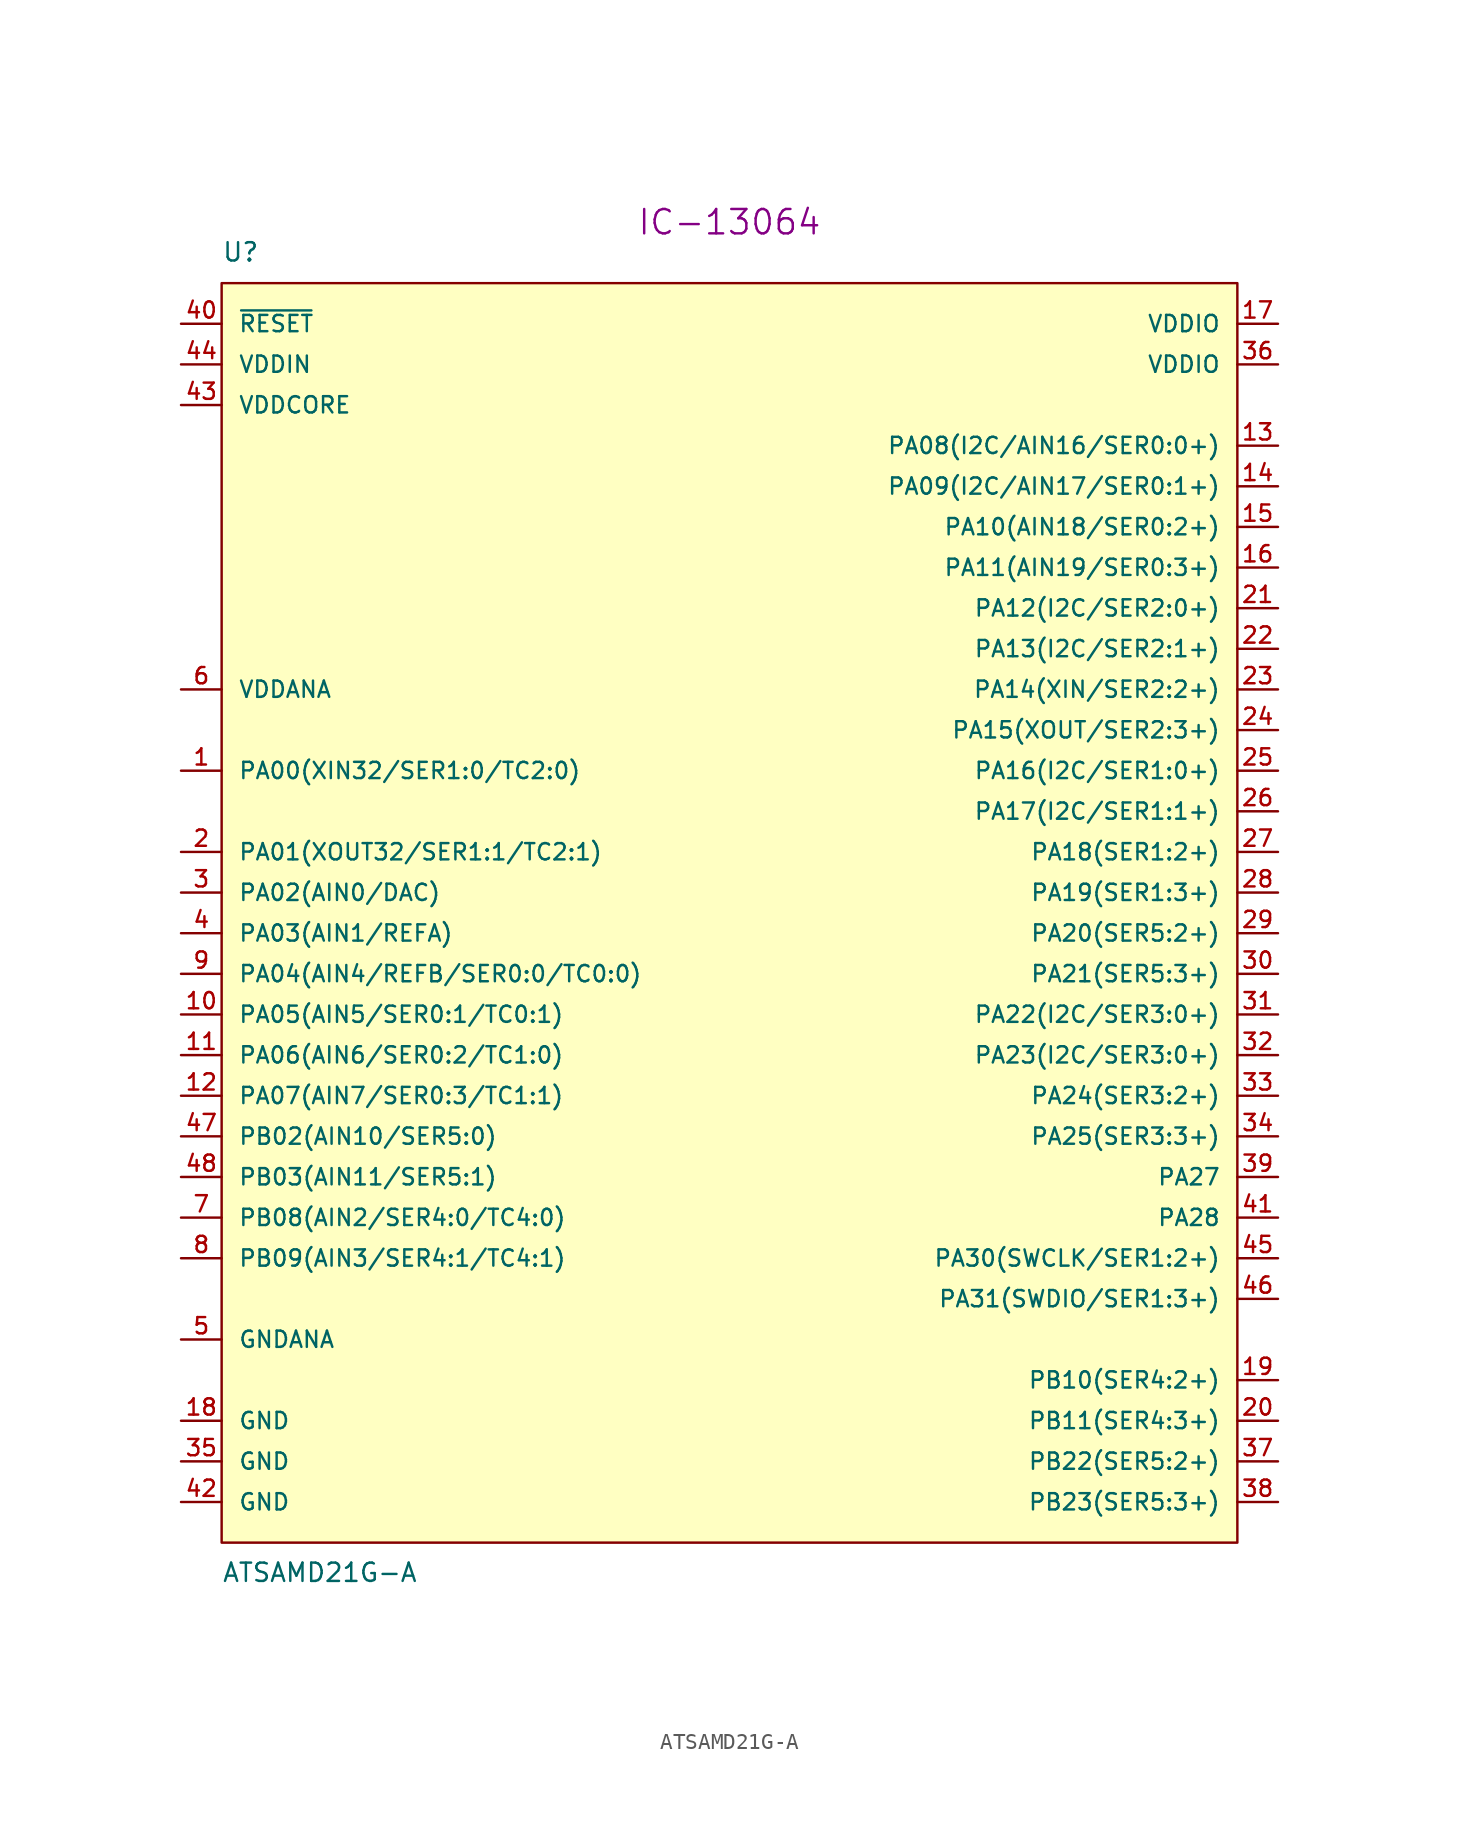
<source format=kicad_sym>
(kicad_symbol_lib
  (version 20201005)
  (generator kicad_symbol_editor)
  (symbol "ATSAMD21G-A"
    (pin_names
      (offset 1.016))
    (property "Reference" "U"
      (at -31.75 40.64 0)
      (effects (font (size 1.143 1.143)) (justify left bottom)))
    (property "Value" "ATSAMD21G-A"
      (at -31.75 -41.91 0)
      (effects (font (size 1.143 1.143)) (justify left bottom)))
    (property "Field4" "IC-13064"
      (at 0 43.18 0)
      (effects (font (size 1.524 1.524))))
    (property "ki_locked" ""
      (at 0 0 0)
      (effects (font (size 1.27 1.27))))
    (symbol "ATSAMD21G-A_1_1"
      (polyline (pts (xy -31.75 39.37) (xy -31.75 -39.37) (xy 31.75 -39.37) (xy 31.75 39.37) (xy -31.75 39.37)) (stroke (width 0)) (fill (type background)))
      (pin bidirectional line (at -34.29 8.89 0) (length 2.54) (name "PA00(XIN32/SER1:0/TC2:0)" (effects (font (size 1.016 1.016)))) (number "1" (effects (font (size 1.016 1.016)))))
      (pin bidirectional line (at -34.29 3.81 0) (length 2.54) (name "PA01(XOUT32/SER1:1/TC2:1)" (effects (font (size 1.016 1.016)))) (number "2" (effects (font (size 1.016 1.016)))))
      (pin bidirectional line (at -34.29 1.27 0) (length 2.54) (name "PA02(AIN0/DAC)" (effects (font (size 1.016 1.016)))) (number "3" (effects (font (size 1.016 1.016)))))
      (pin bidirectional line (at -34.29 -1.27 0) (length 2.54) (name "PA03(AIN1/REFA)" (effects (font (size 1.016 1.016)))) (number "4" (effects (font (size 1.016 1.016)))))
      (pin bidirectional line (at -34.29 -26.67 0) (length 2.54) (name "GNDANA" (effects (font (size 1.016 1.016)))) (number "5" (effects (font (size 1.016 1.016)))))
      (pin bidirectional line (at -34.29 13.97 0) (length 2.54) (name "VDDANA" (effects (font (size 1.016 1.016)))) (number "6" (effects (font (size 1.016 1.016)))))
      (pin bidirectional line (at -34.29 -19.05 0) (length 2.54) (name "PB08(AIN2/SER4:0/TC4:0)" (effects (font (size 1.016 1.016)))) (number "7" (effects (font (size 1.016 1.016)))))
      (pin bidirectional line (at -34.29 -21.59 0) (length 2.54) (name "PB09(AIN3/SER4:1/TC4:1)" (effects (font (size 1.016 1.016)))) (number "8" (effects (font (size 1.016 1.016)))))
      (pin bidirectional line (at -34.29 -3.81 0) (length 2.54) (name "PA04(AIN4/REFB/SER0:0/TC0:0)" (effects (font (size 1.016 1.016)))) (number "9" (effects (font (size 1.016 1.016)))))
      (pin bidirectional line (at -34.29 -6.35 0) (length 2.54) (name "PA05(AIN5/SER0:1/TC0:1)" (effects (font (size 1.016 1.016)))) (number "10" (effects (font (size 1.016 1.016)))))
      (pin bidirectional line (at 34.29 -31.75 180) (length 2.54) (name "PB11(SER4:3+)" (effects (font (size 1.016 1.016)))) (number "20" (effects (font (size 1.016 1.016)))))
      (pin bidirectional line (at 34.29 -3.81 180) (length 2.54) (name "PA21(SER5:3+)" (effects (font (size 1.016 1.016)))) (number "30" (effects (font (size 1.016 1.016)))))
      (pin bidirectional line (at -34.29 36.83 0) (length 2.54) (name "~RESET~" (effects (font (size 1.016 1.016)))) (number "40" (effects (font (size 1.016 1.016)))))
      (pin bidirectional line (at -34.29 -8.89 0) (length 2.54) (name "PA06(AIN6/SER0:2/TC1:0)" (effects (font (size 1.016 1.016)))) (number "11" (effects (font (size 1.016 1.016)))))
      (pin bidirectional line (at 34.29 19.05 180) (length 2.54) (name "PA12(I2C/SER2:0+)" (effects (font (size 1.016 1.016)))) (number "21" (effects (font (size 1.016 1.016)))))
      (pin bidirectional line (at 34.29 -6.35 180) (length 2.54) (name "PA22(I2C/SER3:0+)" (effects (font (size 1.016 1.016)))) (number "31" (effects (font (size 1.016 1.016)))))
      (pin bidirectional line (at 34.29 -19.05 180) (length 2.54) (name "PA28" (effects (font (size 1.016 1.016)))) (number "41" (effects (font (size 1.016 1.016)))))
      (pin bidirectional line (at -34.29 -11.43 0) (length 2.54) (name "PA07(AIN7/SER0:3/TC1:1)" (effects (font (size 1.016 1.016)))) (number "12" (effects (font (size 1.016 1.016)))))
      (pin bidirectional line (at 34.29 16.51 180) (length 2.54) (name "PA13(I2C/SER2:1+)" (effects (font (size 1.016 1.016)))) (number "22" (effects (font (size 1.016 1.016)))))
      (pin bidirectional line (at 34.29 -8.89 180) (length 2.54) (name "PA23(I2C/SER3:0+)" (effects (font (size 1.016 1.016)))) (number "32" (effects (font (size 1.016 1.016)))))
      (pin bidirectional line (at -34.29 -36.83 0) (length 2.54) (name "GND" (effects (font (size 1.016 1.016)))) (number "42" (effects (font (size 1.016 1.016)))))
      (pin bidirectional line (at 34.29 29.21 180) (length 2.54) (name "PA08(I2C/AIN16/SER0:0+)" (effects (font (size 1.016 1.016)))) (number "13" (effects (font (size 1.016 1.016)))))
      (pin bidirectional line (at 34.29 13.97 180) (length 2.54) (name "PA14(XIN/SER2:2+)" (effects (font (size 1.016 1.016)))) (number "23" (effects (font (size 1.016 1.016)))))
      (pin bidirectional line (at 34.29 -11.43 180) (length 2.54) (name "PA24(SER3:2+)" (effects (font (size 1.016 1.016)))) (number "33" (effects (font (size 1.016 1.016)))))
      (pin bidirectional line (at -34.29 31.75 0) (length 2.54) (name "VDDCORE" (effects (font (size 1.016 1.016)))) (number "43" (effects (font (size 1.016 1.016)))))
      (pin bidirectional line (at 34.29 26.67 180) (length 2.54) (name "PA09(I2C/AIN17/SER0:1+)" (effects (font (size 1.016 1.016)))) (number "14" (effects (font (size 1.016 1.016)))))
      (pin bidirectional line (at 34.29 11.43 180) (length 2.54) (name "PA15(XOUT/SER2:3+)" (effects (font (size 1.016 1.016)))) (number "24" (effects (font (size 1.016 1.016)))))
      (pin bidirectional line (at 34.29 -13.97 180) (length 2.54) (name "PA25(SER3:3+)" (effects (font (size 1.016 1.016)))) (number "34" (effects (font (size 1.016 1.016)))))
      (pin bidirectional line (at -34.29 34.29 0) (length 2.54) (name "VDDIN" (effects (font (size 1.016 1.016)))) (number "44" (effects (font (size 1.016 1.016)))))
      (pin bidirectional line (at 34.29 24.13 180) (length 2.54) (name "PA10(AIN18/SER0:2+)" (effects (font (size 1.016 1.016)))) (number "15" (effects (font (size 1.016 1.016)))))
      (pin bidirectional line (at 34.29 8.89 180) (length 2.54) (name "PA16(I2C/SER1:0+)" (effects (font (size 1.016 1.016)))) (number "25" (effects (font (size 1.016 1.016)))))
      (pin bidirectional line (at -34.29 -34.29 0) (length 2.54) (name "GND" (effects (font (size 1.016 1.016)))) (number "35" (effects (font (size 1.016 1.016)))))
      (pin bidirectional line (at 34.29 -21.59 180) (length 2.54) (name "PA30(SWCLK/SER1:2+)" (effects (font (size 1.016 1.016)))) (number "45" (effects (font (size 1.016 1.016)))))
      (pin bidirectional line (at 34.29 21.59 180) (length 2.54) (name "PA11(AIN19/SER0:3+)" (effects (font (size 1.016 1.016)))) (number "16" (effects (font (size 1.016 1.016)))))
      (pin bidirectional line (at 34.29 6.35 180) (length 2.54) (name "PA17(I2C/SER1:1+)" (effects (font (size 1.016 1.016)))) (number "26" (effects (font (size 1.016 1.016)))))
      (pin bidirectional line (at 34.29 34.29 180) (length 2.54) (name "VDDIO" (effects (font (size 1.016 1.016)))) (number "36" (effects (font (size 1.016 1.016)))))
      (pin bidirectional line (at 34.29 -24.13 180) (length 2.54) (name "PA31(SWDIO/SER1:3+)" (effects (font (size 1.016 1.016)))) (number "46" (effects (font (size 1.016 1.016)))))
      (pin bidirectional line (at 34.29 36.83 180) (length 2.54) (name "VDDIO" (effects (font (size 1.016 1.016)))) (number "17" (effects (font (size 1.016 1.016)))))
      (pin bidirectional line (at 34.29 3.81 180) (length 2.54) (name "PA18(SER1:2+)" (effects (font (size 1.016 1.016)))) (number "27" (effects (font (size 1.016 1.016)))))
      (pin bidirectional line (at 34.29 -34.29 180) (length 2.54) (name "PB22(SER5:2+)" (effects (font (size 1.016 1.016)))) (number "37" (effects (font (size 1.016 1.016)))))
      (pin bidirectional line (at -34.29 -13.97 0) (length 2.54) (name "PB02(AIN10/SER5:0)" (effects (font (size 1.016 1.016)))) (number "47" (effects (font (size 1.016 1.016)))))
      (pin bidirectional line (at -34.29 -31.75 0) (length 2.54) (name "GND" (effects (font (size 1.016 1.016)))) (number "18" (effects (font (size 1.016 1.016)))))
      (pin bidirectional line (at 34.29 1.27 180) (length 2.54) (name "PA19(SER1:3+)" (effects (font (size 1.016 1.016)))) (number "28" (effects (font (size 1.016 1.016)))))
      (pin bidirectional line (at 34.29 -36.83 180) (length 2.54) (name "PB23(SER5:3+)" (effects (font (size 1.016 1.016)))) (number "38" (effects (font (size 1.016 1.016)))))
      (pin bidirectional line (at -34.29 -16.51 0) (length 2.54) (name "PB03(AIN11/SER5:1)" (effects (font (size 1.016 1.016)))) (number "48" (effects (font (size 1.016 1.016)))))
      (pin bidirectional line (at 34.29 -29.21 180) (length 2.54) (name "PB10(SER4:2+)" (effects (font (size 1.016 1.016)))) (number "19" (effects (font (size 1.016 1.016)))))
      (pin bidirectional line (at 34.29 -1.27 180) (length 2.54) (name "PA20(SER5:2+)" (effects (font (size 1.016 1.016)))) (number "29" (effects (font (size 1.016 1.016)))))
      (pin bidirectional line (at 34.29 -16.51 180) (length 2.54) (name "PA27" (effects (font (size 1.016 1.016)))) (number "39" (effects (font (size 1.016 1.016))))))))
</source>
